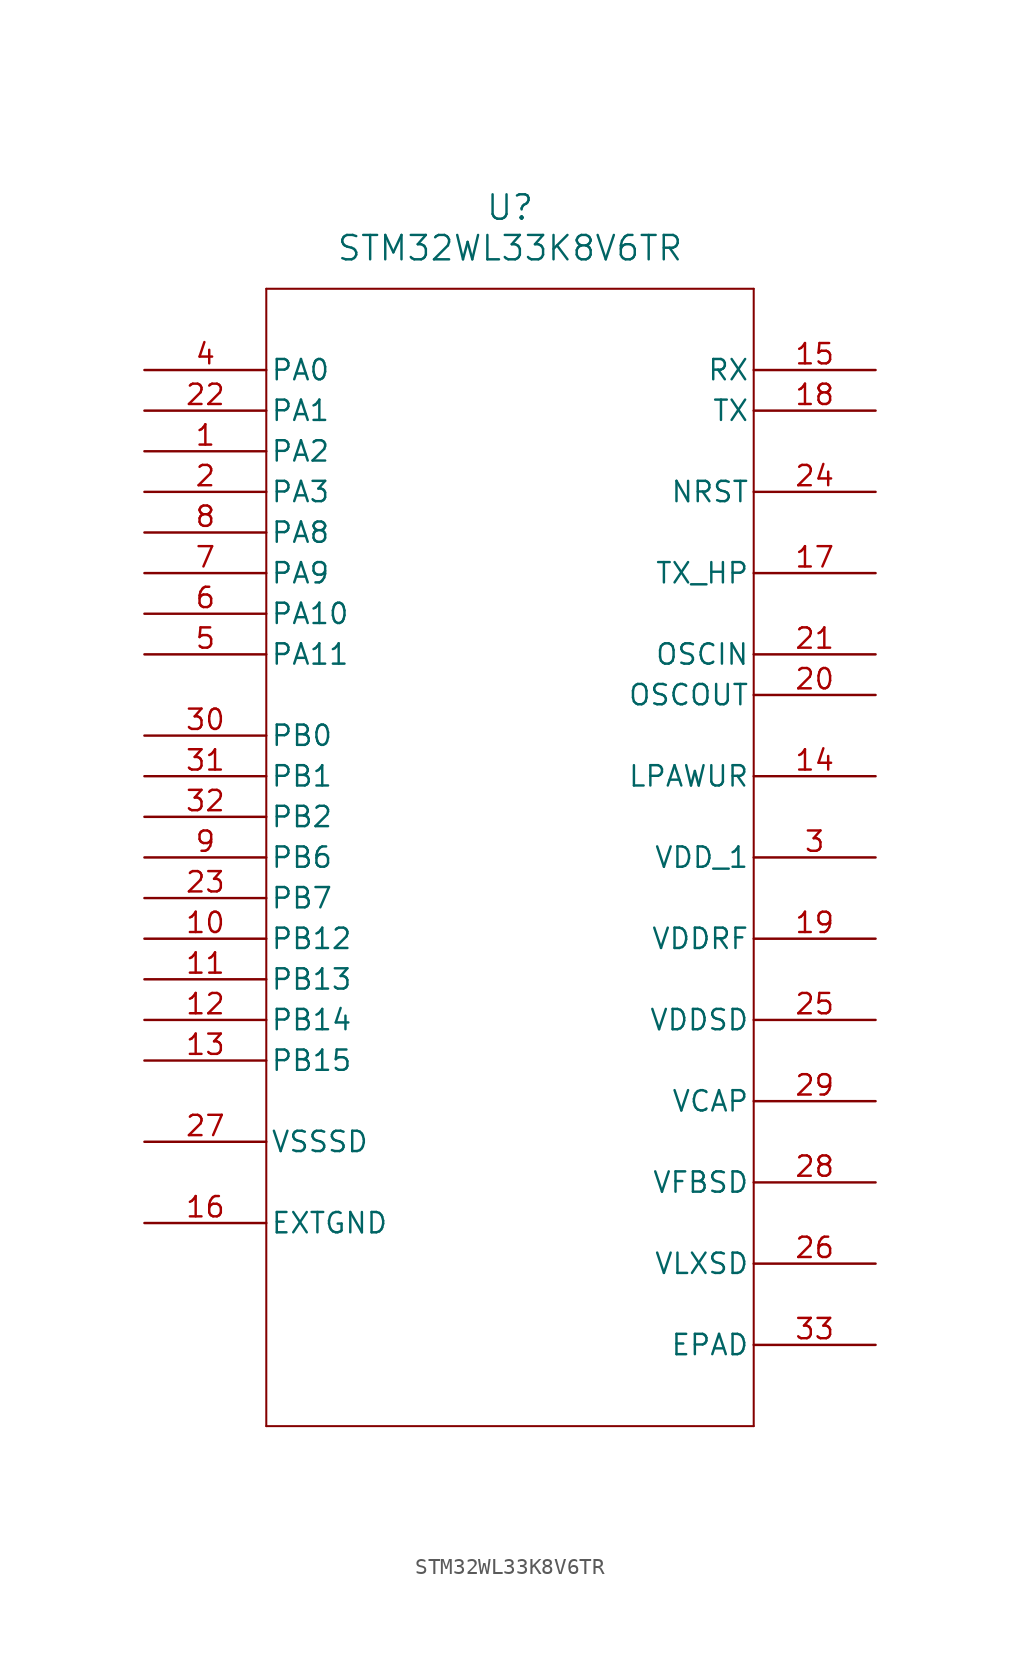
<source format=kicad_sym>
(kicad_symbol_lib
  (version 20211014)
  (generator kicad_symbol_editor)
  (symbol "STM32WL33K8V6TR"
    (pin_names
      (offset 0.254))
    (property "Reference" "U"
      (at 22.86 10.16 0)
      (effects (font (size 1.524 1.524))))
    (property "Value" "STM32WL33K8V6TR"
      (at 22.86 7.62 0)
      (effects (font (size 1.524 1.524))))
    (symbol "STM32WL33K8V6TR_0_1"
      (polyline (pts (xy 7.62 5.08) (xy 7.62 -66.04)) (stroke (width 0.127) (type default) (color 0 0 0 0)) (fill (type none)))
      (polyline (pts (xy 7.62 -66.04) (xy 38.1 -66.04)) (stroke (width 0.127) (type default) (color 0 0 0 0)) (fill (type none)))
      (polyline (pts (xy 38.1 -66.04) (xy 38.1 5.08)) (stroke (width 0.127) (type default) (color 0 0 0 0)) (fill (type none)))
      (polyline (pts (xy 38.1 5.08) (xy 7.62 5.08)) (stroke (width 0.127) (type default) (color 0 0 0 0)) (fill (type none)))
      (pin bidirectional line (at 0 -5.08 0) (length 7.62) (name "PA2" (effects (font (size 1.27 1.27)))) (number "1" (effects (font (size 1.27 1.27)))))
      (pin bidirectional line (at 0 -7.62 0) (length 7.62) (name "PA3" (effects (font (size 1.27 1.27)))) (number "2" (effects (font (size 1.27 1.27)))))
      (pin power_in line (at 45.72 -30.48 180) (length 7.62) (name "VDD_1" (effects (font (size 1.27 1.27)))) (number "3" (effects (font (size 1.27 1.27)))))
      (pin bidirectional line (at 0 0 0) (length 7.62) (name "PA0" (effects (font (size 1.27 1.27)))) (number "4" (effects (font (size 1.27 1.27)))))
      (pin bidirectional line (at 0 -17.78 0) (length 7.62) (name "PA11" (effects (font (size 1.27 1.27)))) (number "5" (effects (font (size 1.27 1.27)))))
      (pin bidirectional line (at 0 -15.24 0) (length 7.62) (name "PA10" (effects (font (size 1.27 1.27)))) (number "6" (effects (font (size 1.27 1.27)))))
      (pin bidirectional line (at 0 -12.7 0) (length 7.62) (name "PA9" (effects (font (size 1.27 1.27)))) (number "7" (effects (font (size 1.27 1.27)))))
      (pin bidirectional line (at 0 -10.16 0) (length 7.62) (name "PA8" (effects (font (size 1.27 1.27)))) (number "8" (effects (font (size 1.27 1.27)))))
      (pin bidirectional line (at 0 -30.48 0) (length 7.62) (name "PB6" (effects (font (size 1.27 1.27)))) (number "9" (effects (font (size 1.27 1.27)))))
      (pin bidirectional line (at 0 -35.56 0) (length 7.62) (name "PB12" (effects (font (size 1.27 1.27)))) (number "10" (effects (font (size 1.27 1.27)))))
      (pin bidirectional line (at 0 -38.1 0) (length 7.62) (name "PB13" (effects (font (size 1.27 1.27)))) (number "11" (effects (font (size 1.27 1.27)))))
      (pin bidirectional line (at 0 -40.64 0) (length 7.62) (name "PB14" (effects (font (size 1.27 1.27)))) (number "12" (effects (font (size 1.27 1.27)))))
      (pin bidirectional line (at 0 -43.18 0) (length 7.62) (name "PB15" (effects (font (size 1.27 1.27)))) (number "13" (effects (font (size 1.27 1.27)))))
      (pin bidirectional line (at 45.72 -25.4 180) (length 7.62) (name "LPAWUR" (effects (font (size 1.27 1.27)))) (number "14" (effects (font (size 1.27 1.27)))))
      (pin unspecified line (at 45.72 0 180) (length 7.62) (name "RX" (effects (font (size 1.27 1.27)))) (number "15" (effects (font (size 1.27 1.27)))))
      (pin bidirectional line (at 0 -53.34 0) (length 7.62) (name "EXTGND" (effects (font (size 1.27 1.27)))) (number "16" (effects (font (size 1.27 1.27)))))
      (pin bidirectional line (at 45.72 -12.7 180) (length 7.62) (name "TX_HP" (effects (font (size 1.27 1.27)))) (number "17" (effects (font (size 1.27 1.27)))))
      (pin unspecified line (at 45.72 -2.54 180) (length 7.62) (name "TX" (effects (font (size 1.27 1.27)))) (number "18" (effects (font (size 1.27 1.27)))))
      (pin power_in line (at 45.72 -35.56 180) (length 7.62) (name "VDDRF" (effects (font (size 1.27 1.27)))) (number "19" (effects (font (size 1.27 1.27)))))
      (pin output line (at 45.72 -20.32 180) (length 7.62) (name "OSCOUT" (effects (font (size 1.27 1.27)))) (number "20" (effects (font (size 1.27 1.27)))))
      (pin input line (at 45.72 -17.78 180) (length 7.62) (name "OSCIN" (effects (font (size 1.27 1.27)))) (number "21" (effects (font (size 1.27 1.27)))))
      (pin bidirectional line (at 0 -2.54 0) (length 7.62) (name "PA1" (effects (font (size 1.27 1.27)))) (number "22" (effects (font (size 1.27 1.27)))))
      (pin bidirectional line (at 0 -33.02 0) (length 7.62) (name "PB7" (effects (font (size 1.27 1.27)))) (number "23" (effects (font (size 1.27 1.27)))))
      (pin bidirectional line (at 45.72 -7.62 180) (length 7.62) (name "NRST" (effects (font (size 1.27 1.27)))) (number "24" (effects (font (size 1.27 1.27)))))
      (pin power_in line (at 45.72 -40.64 180) (length 7.62) (name "VDDSD" (effects (font (size 1.27 1.27)))) (number "25" (effects (font (size 1.27 1.27)))))
      (pin power_in line (at 45.72 -55.88 180) (length 7.62) (name "VLXSD" (effects (font (size 1.27 1.27)))) (number "26" (effects (font (size 1.27 1.27)))))
      (pin power_in line (at 0 -48.26 0) (length 7.62) (name "VSSSD" (effects (font (size 1.27 1.27)))) (number "27" (effects (font (size 1.27 1.27)))))
      (pin power_in line (at 45.72 -50.8 180) (length 7.62) (name "VFBSD" (effects (font (size 1.27 1.27)))) (number "28" (effects (font (size 1.27 1.27)))))
      (pin power_in line (at 45.72 -45.72 180) (length 7.62) (name "VCAP" (effects (font (size 1.27 1.27)))) (number "29" (effects (font (size 1.27 1.27)))))
      (pin bidirectional line (at 0 -22.86 0) (length 7.62) (name "PB0" (effects (font (size 1.27 1.27)))) (number "30" (effects (font (size 1.27 1.27)))))
      (pin bidirectional line (at 0 -25.4 0) (length 7.62) (name "PB1" (effects (font (size 1.27 1.27)))) (number "31" (effects (font (size 1.27 1.27)))))
      (pin bidirectional line (at 0 -27.94 0) (length 7.62) (name "PB2" (effects (font (size 1.27 1.27)))) (number "32" (effects (font (size 1.27 1.27)))))
      (pin unspecified line (at 45.72 -60.96 180) (length 7.62) (name "EPAD" (effects (font (size 1.27 1.27)))) (number "33" (effects (font (size 1.27 1.27))))))))
</source>
